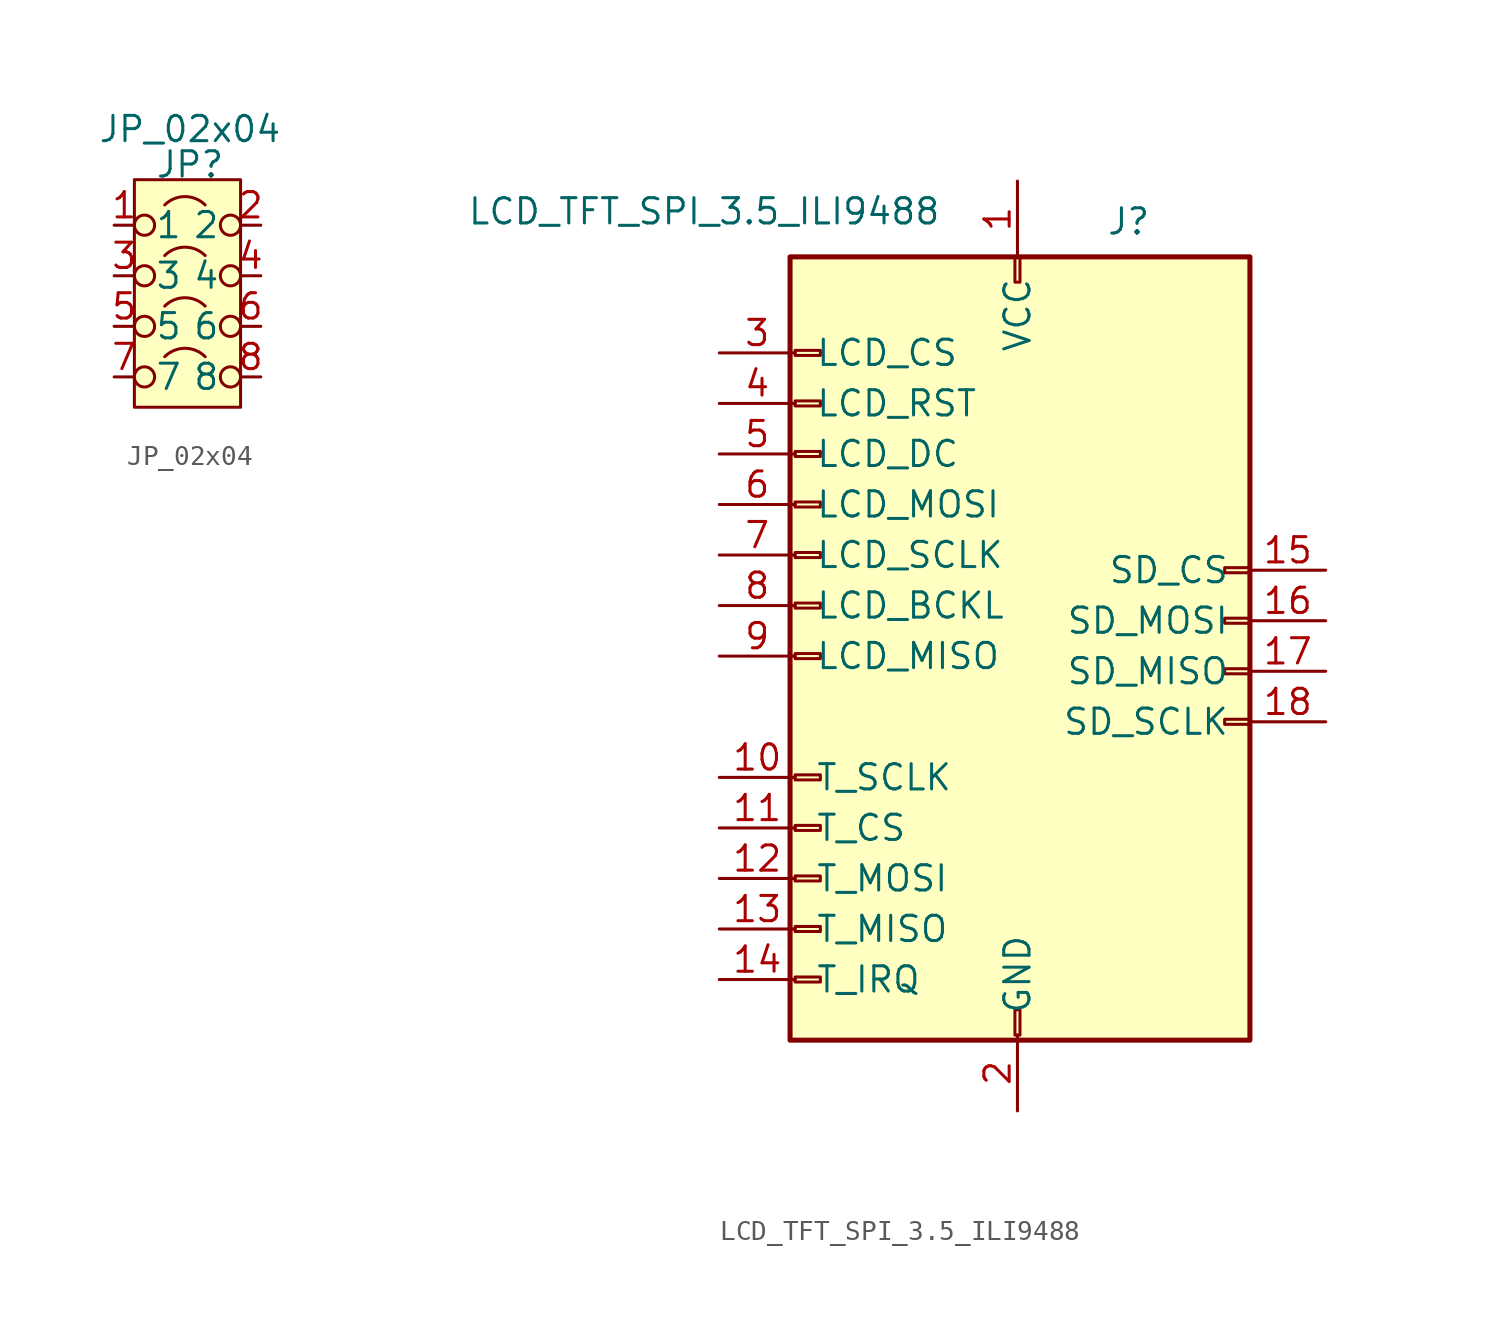
<source format=kicad_sym>
(kicad_symbol_lib
  (version 20241209)
  (generator "kicad_symbol_editor")
  (generator_version "9.0")
  (symbol "JP_02x04"
    (pin_names
      (offset 1.016))
    (property "Reference" "JP"
      (at 0 1.016 0)
      (effects (font (size 1.27 1.27))))
    (property "Value" "JP_02x04"
      (at 0 2.794 0)
      (effects (font (size 1.27 1.27))))
    (symbol "JP_02x04_0_1"
      (rectangle (start 2.54 -11.176) (end -2.794 0.254) (stroke (width 0) (type solid)) (fill (type background))))
    (symbol "JP_02x04_1_1"
      (circle (center -2.286 -2.032) (radius 0.508) (stroke (width 0) (type solid)) (fill (type none)))
      (circle (center -2.286 -4.572) (radius 0.508) (stroke (width 0) (type solid)) (fill (type none)))
      (circle (center -2.286 -7.112) (radius 0.508) (stroke (width 0) (type solid)) (fill (type none)))
      (circle (center -2.286 -9.652) (radius 0.508) (stroke (width 0) (type solid)) (fill (type none)))
      (arc (start -1.27 -1.016) (mid -0.254 -0.5952) (end 0.762 -1.016) (stroke (width 0) (type solid)) (fill (type none)))
      (arc (start -1.27 -3.556) (mid -0.254 -3.1352) (end 0.762 -3.556) (stroke (width 0) (type solid)) (fill (type none)))
      (arc (start -1.27 -6.096) (mid -0.254 -5.6752) (end 0.762 -6.096) (stroke (width 0) (type solid)) (fill (type none)))
      (arc (start -1.27 -8.636) (mid -0.254 -8.2152) (end 0.762 -8.636) (stroke (width 0) (type solid)) (fill (type none)))
      (circle (center 2.032 -2.032) (radius 0.508) (stroke (width 0) (type solid)) (fill (type none)))
      (circle (center 2.032 -4.572) (radius 0.508) (stroke (width 0) (type solid)) (fill (type none)))
      (circle (center 2.032 -7.112) (radius 0.508) (stroke (width 0) (type solid)) (fill (type none)))
      (circle (center 2.032 -9.652) (radius 0.508) (stroke (width 0) (type solid)) (fill (type none)))
      (pin passive line (at -3.81 -2.032 0) (length 1.016) (name "1" (effects (font (size 1.27 1.27)))) (number "1" (effects (font (size 1.27 1.27)))))
      (pin passive line (at -3.81 -4.572 0) (length 1.016) (name "3" (effects (font (size 1.27 1.27)))) (number "3" (effects (font (size 1.27 1.27)))))
      (pin passive line (at -3.81 -7.112 0) (length 1.016) (name "5" (effects (font (size 1.27 1.27)))) (number "5" (effects (font (size 1.27 1.27)))))
      (pin passive line (at -3.81 -9.652 0) (length 1.016) (name "7" (effects (font (size 1.27 1.27)))) (number "7" (effects (font (size 1.27 1.27)))))
      (pin passive line (at 3.556 -2.032 180) (length 1.016) (name "2" (effects (font (size 1.27 1.27)))) (number "2" (effects (font (size 1.27 1.27)))))
      (pin passive line (at 3.556 -4.572 180) (length 1.016) (name "4" (effects (font (size 1.27 1.27)))) (number "4" (effects (font (size 1.27 1.27)))))
      (pin passive line (at 3.556 -7.112 180) (length 1.016) (name "6" (effects (font (size 1.27 1.27)))) (number "6" (effects (font (size 1.27 1.27)))))
      (pin passive line (at 3.556 -9.652 180) (length 1.016) (name "8" (effects (font (size 1.27 1.27)))) (number "8" (effects (font (size 1.27 1.27)))))))
  (symbol "LCD_TFT_SPI_3.5_ILI9488"
    (pin_names
      (offset 1.016))
    (property "Reference" "J"
      (at 5.588 19.05 0)
      (effects (font (size 1.27 1.27))))
    (property "Value" "LCD_TFT_SPI_3.5_ILI9488"
      (at -15.748 19.558 0)
      (effects (font (size 1.27 1.27))))
    (symbol "LCD_TFT_SPI_3.5_ILI9488_1_1"
      (rectangle (start -11.43 17.272) (end 11.684 -22.098) (stroke (width 0.254) (type solid)) (fill (type background)))
      (rectangle (start -11.176 12.573) (end -9.906 12.319) (stroke (width 0.152) (type solid)) (fill (type none)))
      (rectangle (start -11.176 10.033) (end -9.906 9.779) (stroke (width 0.152) (type solid)) (fill (type none)))
      (rectangle (start -11.176 7.493) (end -9.906 7.239) (stroke (width 0.152) (type solid)) (fill (type none)))
      (rectangle (start -11.176 4.953) (end -9.906 4.699) (stroke (width 0.152) (type solid)) (fill (type none)))
      (rectangle (start -11.176 2.413) (end -9.906 2.159) (stroke (width 0.152) (type solid)) (fill (type none)))
      (rectangle (start -11.176 -0.127) (end -9.906 -0.381) (stroke (width 0.152) (type solid)) (fill (type none)))
      (rectangle (start -11.176 -2.667) (end -9.906 -2.921) (stroke (width 0.152) (type solid)) (fill (type none)))
      (rectangle (start -11.176 -8.763) (end -9.906 -9.017) (stroke (width 0.152) (type solid)) (fill (type none)))
      (rectangle (start -11.176 -11.303) (end -9.906 -11.557) (stroke (width 0.152) (type solid)) (fill (type none)))
      (rectangle (start -11.176 -13.843) (end -9.906 -14.097) (stroke (width 0.152) (type solid)) (fill (type none)))
      (rectangle (start -11.176 -16.383) (end -9.906 -16.637) (stroke (width 0.152) (type solid)) (fill (type none)))
      (rectangle (start -11.176 -18.923) (end -9.906 -19.177) (stroke (width 0.152) (type solid)) (fill (type none)))
      (rectangle (start -0.127 -21.844) (end 0.127 -20.574) (stroke (width 0.152) (type solid)) (fill (type none)))
      (rectangle (start 0.127 17.272) (end -0.127 16.002) (stroke (width 0.152) (type solid)) (fill (type none)))
      (rectangle (start 11.684 1.397) (end 10.414 1.651) (stroke (width 0.152) (type solid)) (fill (type none)))
      (rectangle (start 11.684 -1.143) (end 10.414 -0.889) (stroke (width 0.152) (type solid)) (fill (type none)))
      (rectangle (start 11.684 -3.683) (end 10.414 -3.429) (stroke (width 0.152) (type solid)) (fill (type none)))
      (rectangle (start 11.684 -6.223) (end 10.414 -5.969) (stroke (width 0.152) (type solid)) (fill (type none)))
      (pin passive line (at -14.986 12.446 0) (length 3.81) (name "LCD_CS" (effects (font (size 1.27 1.27)))) (number "3" (effects (font (size 1.27 1.27)))))
      (pin passive line (at -14.986 9.906 0) (length 3.81) (name "LCD_RST" (effects (font (size 1.27 1.27)))) (number "4" (effects (font (size 1.27 1.27)))))
      (pin passive line (at -14.986 7.366 0) (length 3.81) (name "LCD_DC" (effects (font (size 1.27 1.27)))) (number "5" (effects (font (size 1.27 1.27)))))
      (pin passive line (at -14.986 4.826 0) (length 3.81) (name "LCD_MOSI" (effects (font (size 1.27 1.27)))) (number "6" (effects (font (size 1.27 1.27)))))
      (pin passive line (at -14.986 2.286 0) (length 3.81) (name "LCD_SCLK" (effects (font (size 1.27 1.27)))) (number "7" (effects (font (size 1.27 1.27)))))
      (pin passive line (at -14.986 -0.254 0) (length 3.81) (name "LCD_BCKL" (effects (font (size 1.27 1.27)))) (number "8" (effects (font (size 1.27 1.27)))))
      (pin passive line (at -14.986 -2.794 0) (length 3.81) (name "LCD_MISO" (effects (font (size 1.27 1.27)))) (number "9" (effects (font (size 1.27 1.27)))))
      (pin passive line (at -14.986 -8.89 0) (length 3.81) (name "T_SCLK" (effects (font (size 1.27 1.27)))) (number "10" (effects (font (size 1.27 1.27)))))
      (pin passive line (at -14.986 -11.43 0) (length 3.81) (name "T_CS" (effects (font (size 1.27 1.27)))) (number "11" (effects (font (size 1.27 1.27)))))
      (pin passive line (at -14.986 -13.97 0) (length 3.81) (name "T_MOSI" (effects (font (size 1.27 1.27)))) (number "12" (effects (font (size 1.27 1.27)))))
      (pin passive line (at -14.986 -16.51 0) (length 3.81) (name "T_MISO" (effects (font (size 1.27 1.27)))) (number "13" (effects (font (size 1.27 1.27)))))
      (pin passive line (at -14.986 -19.05 0) (length 3.81) (name "T_IRQ" (effects (font (size 1.27 1.27)))) (number "14" (effects (font (size 1.27 1.27)))))
      (pin power_in line (at 0 21.082 270) (length 3.81) (name "VCC" (effects (font (size 1.27 1.27)))) (number "1" (effects (font (size 1.27 1.27)))))
      (pin power_in line (at 0 -25.654 90) (length 3.81) (name "GND" (effects (font (size 1.27 1.27)))) (number "2" (effects (font (size 1.27 1.27)))))
      (pin passive line (at 15.494 1.524 180) (length 3.81) (name "SD_CS" (effects (font (size 1.27 1.27)))) (number "15" (effects (font (size 1.27 1.27)))))
      (pin passive line (at 15.494 -1.016 180) (length 3.81) (name "SD_MOSI" (effects (font (size 1.27 1.27)))) (number "16" (effects (font (size 1.27 1.27)))))
      (pin passive line (at 15.494 -3.556 180) (length 3.81) (name "SD_MISO" (effects (font (size 1.27 1.27)))) (number "17" (effects (font (size 1.27 1.27)))))
      (pin passive line (at 15.494 -6.096 180) (length 3.81) (name "SD_SCLK" (effects (font (size 1.27 1.27)))) (number "18" (effects (font (size 1.27 1.27))))))))
</source>
